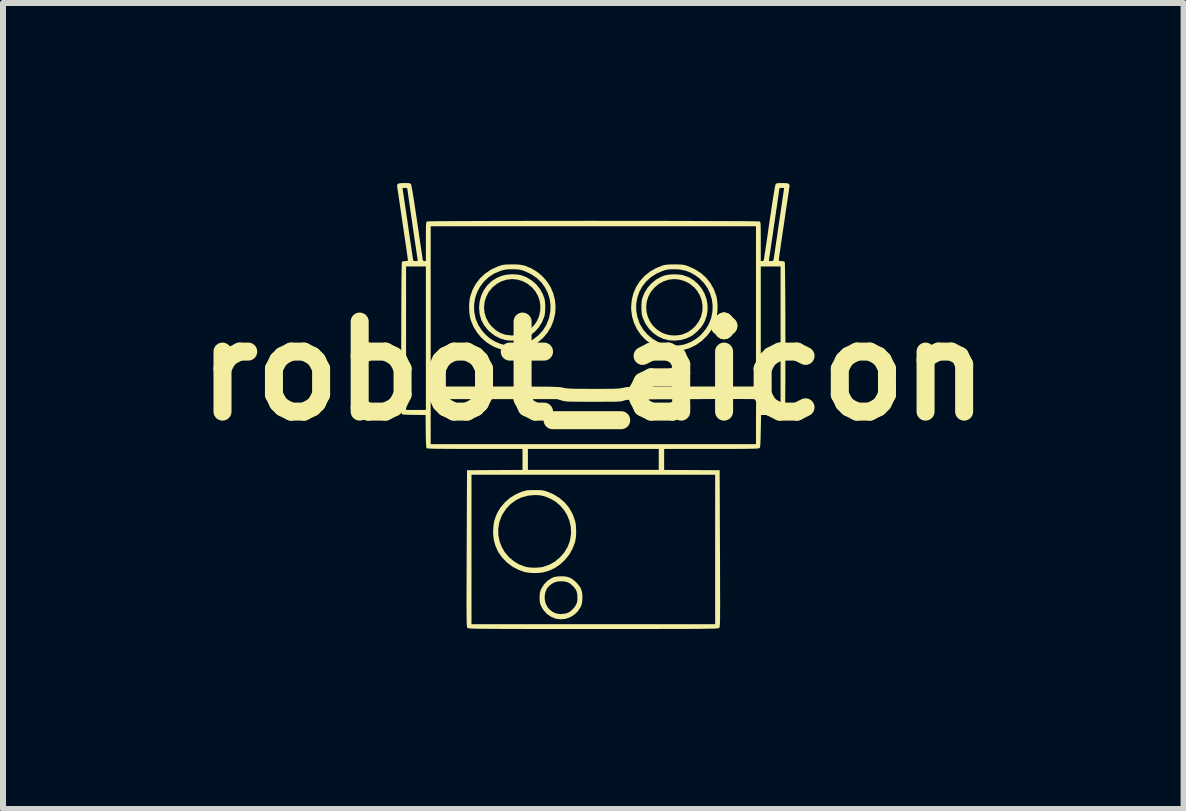
<source format=kicad_pcb>
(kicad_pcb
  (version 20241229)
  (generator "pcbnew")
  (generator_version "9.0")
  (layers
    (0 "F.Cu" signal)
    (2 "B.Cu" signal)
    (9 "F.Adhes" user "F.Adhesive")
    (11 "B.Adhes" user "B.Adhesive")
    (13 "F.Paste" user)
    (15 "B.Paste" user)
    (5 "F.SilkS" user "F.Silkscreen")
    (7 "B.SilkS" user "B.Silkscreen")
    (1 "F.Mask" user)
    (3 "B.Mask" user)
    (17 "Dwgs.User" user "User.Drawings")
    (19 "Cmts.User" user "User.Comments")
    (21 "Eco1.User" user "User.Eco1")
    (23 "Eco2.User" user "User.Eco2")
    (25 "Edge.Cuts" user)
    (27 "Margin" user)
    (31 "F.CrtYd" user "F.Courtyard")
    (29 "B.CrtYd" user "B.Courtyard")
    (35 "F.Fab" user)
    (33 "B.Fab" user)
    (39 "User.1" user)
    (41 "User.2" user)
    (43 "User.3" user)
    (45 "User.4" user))
  (footprint "robot_aicon"
    (layer "F.Cu")
    (at 6.836 3.13)
    (property "Reference" "robot_aicon" (at 0 0 0) (layer "F.SilkS") (effects (font (size 1.5 1.5) (thickness 0.3))))
    (attr board_only exclude_from_pos_files exclude_from_bom)
    (fp_poly (pts (xy -0.481 3.423) (xy -0.419 3.435) (xy -0.364 3.459) (xy -0.312 3.498) (xy -0.284 3.524) (xy -0.237 3.578) (xy -0.205 3.631) (xy -0.188 3.688) (xy -0.181 3.755) (xy -0.182 3.795) (xy -0.186 3.845) (xy -0.192 3.882) (xy -0.202 3.914) (xy -0.214 3.938) (xy -0.259 4.007) (xy -0.317 4.062) (xy -0.385 4.104) (xy -0.46 4.13) (xy -0.538 4.139) (xy -0.616 4.131) (xy -0.631 4.127) (xy -0.708 4.095) (xy -0.777 4.046) (xy -0.833 3.983) (xy -0.869 3.921) (xy -0.882 3.89) (xy -0.89 3.86) (xy -0.894 3.826) (xy -0.895 3.78) (xy -0.895 3.775) (xy -0.894 3.744) (xy -0.81 3.744) (xy -0.809 3.81) (xy -0.794 3.875) (xy -0.764 3.935) (xy -0.737 3.968) (xy -0.681 4.014) (xy -0.619 4.042) (xy -0.549 4.052) (xy -0.47 4.044) (xy -0.448 4.039) (xy -0.399 4.018) (xy -0.352 3.981) (xy -0.311 3.934) (xy -0.296 3.91) (xy -0.28 3.879) (xy -0.271 3.852) (xy -0.266 3.822) (xy -0.265 3.781) (xy -0.265 3.775) (xy -0.268 3.718) (xy -0.279 3.673) (xy -0.299 3.634) (xy -0.333 3.592) (xy -0.339 3.587) (xy -0.382 3.547) (xy -0.426 3.522) (xy -0.477 3.509) (xy -0.535 3.505) (xy -0.597 3.509) (xy -0.647 3.523) (xy -0.694 3.549) (xy -0.728 3.575) (xy -0.77 3.622) (xy -0.797 3.68) (xy -0.81 3.744) (xy -0.894 3.744) (xy -0.894 3.728) (xy -0.89 3.693) (xy -0.882 3.664) (xy -0.869 3.633) (xy -0.865 3.626) (xy -0.821 3.555) (xy -0.761 3.495) (xy -0.698 3.454) (xy -0.666 3.439) (xy -0.634 3.43) (xy -0.594 3.425) (xy -0.555 3.422)) (stroke (width 0) (type solid)) (fill yes) (layer "F.SilkS"))
    (fp_poly (pts (xy 1.405 -1.608) (xy 1.47 -1.6) (xy 1.495 -1.595) (xy 1.589 -1.561) (xy 1.672 -1.511) (xy 1.744 -1.448) (xy 1.804 -1.375) (xy 1.851 -1.293) (xy 1.884 -1.204) (xy 1.902 -1.112) (xy 1.904 -1.017) (xy 1.89 -0.922) (xy 1.858 -0.83) (xy 1.821 -0.761) (xy 1.787 -0.716) (xy 1.742 -0.668) (xy 1.693 -0.623) (xy 1.645 -0.587) (xy 1.63 -0.578) (xy 1.548 -0.54) (xy 1.456 -0.515) (xy 1.36 -0.505) (xy 1.268 -0.509) (xy 1.259 -0.51) (xy 1.163 -0.535) (xy 1.073 -0.578) (xy 0.992 -0.636) (xy 0.922 -0.708) (xy 0.865 -0.793) (xy 0.823 -0.888) (xy 0.816 -0.909) (xy 0.806 -0.959) (xy 0.801 -1.022) (xy 0.801 -1.067) (xy 0.881 -1.067) (xy 0.887 -0.982) (xy 0.909 -0.899) (xy 0.945 -0.821) (xy 0.996 -0.75) (xy 1.061 -0.689) (xy 1.139 -0.639) (xy 1.199 -0.614) (xy 1.276 -0.595) (xy 1.36 -0.59) (xy 1.443 -0.598) (xy 1.489 -0.609) (xy 1.575 -0.646) (xy 1.653 -0.701) (xy 1.699 -0.746) (xy 1.756 -0.822) (xy 1.795 -0.904) (xy 1.816 -0.992) (xy 1.82 -1.081) (xy 1.807 -1.169) (xy 1.777 -1.255) (xy 1.729 -1.335) (xy 1.681 -1.391) (xy 1.607 -1.452) (xy 1.525 -1.495) (xy 1.439 -1.521) (xy 1.35 -1.53) (xy 1.261 -1.521) (xy 1.175 -1.494) (xy 1.094 -1.451) (xy 1.02 -1.39) (xy 0.959 -1.317) (xy 0.916 -1.237) (xy 0.89 -1.153) (xy 0.881 -1.067) (xy 0.801 -1.067) (xy 0.801 -1.088) (xy 0.805 -1.151) (xy 0.814 -1.204) (xy 0.816 -1.211) (xy 0.853 -1.303) (xy 0.906 -1.388) (xy 0.973 -1.463) (xy 1.051 -1.525) (xy 1.137 -1.571) (xy 1.205 -1.595) (xy 1.264 -1.605) (xy 1.334 -1.609)) (stroke (width 0) (type solid)) (fill yes) (layer "F.SilkS"))
    (fp_poly (pts (xy -1.301 -1.608) (xy -1.251 -1.603) (xy -1.21 -1.596) (xy -1.205 -1.595) (xy -1.114 -1.561) (xy -1.03 -1.51) (xy -0.954 -1.445) (xy -0.891 -1.367) (xy -0.842 -1.28) (xy -0.816 -1.211) (xy -0.806 -1.16) (xy -0.801 -1.098) (xy -0.801 -1.032) (xy -0.805 -0.968) (xy -0.814 -0.916) (xy -0.816 -0.909) (xy -0.855 -0.811) (xy -0.91 -0.724) (xy -0.979 -0.648) (xy -1.059 -0.586) (xy -1.151 -0.54) (xy -1.175 -0.532) (xy -1.234 -0.517) (xy -1.302 -0.508) (xy -1.372 -0.505) (xy -1.434 -0.509) (xy -1.447 -0.511) (xy -1.546 -0.538) (xy -1.638 -0.584) (xy -1.722 -0.648) (xy -1.756 -0.681) (xy -1.82 -0.761) (xy -1.865 -0.846) (xy -1.893 -0.938) (xy -1.903 -1.039) (xy -1.904 -1.05) (xy -1.903 -1.06) (xy -1.821 -1.06) (xy -1.813 -0.971) (xy -1.787 -0.885) (xy -1.744 -0.803) (xy -1.699 -0.746) (xy -1.628 -0.68) (xy -1.55 -0.632) (xy -1.465 -0.603) (xy -1.371 -0.591) (xy -1.352 -0.591) (xy -1.282 -0.594) (xy -1.222 -0.606) (xy -1.207 -0.611) (xy -1.12 -0.65) (xy -1.045 -0.702) (xy -0.984 -0.765) (xy -0.936 -0.837) (xy -0.903 -0.917) (xy -0.885 -1) (xy -0.882 -1.086) (xy -0.895 -1.171) (xy -0.924 -1.254) (xy -0.971 -1.333) (xy -1.02 -1.39) (xy -1.094 -1.451) (xy -1.176 -1.495) (xy -1.262 -1.521) (xy -1.351 -1.53) (xy -1.44 -1.521) (xy -1.526 -1.495) (xy -1.607 -1.451) (xy -1.681 -1.391) (xy -1.742 -1.317) (xy -1.785 -1.235) (xy -1.812 -1.149) (xy -1.821 -1.06) (xy -1.903 -1.06) (xy -1.895 -1.155) (xy -1.868 -1.254) (xy -1.825 -1.345) (xy -1.766 -1.427) (xy -1.693 -1.496) (xy -1.614 -1.547) (xy -1.531 -1.583) (xy -1.443 -1.604) (xy -1.35 -1.61)) (stroke (width 0) (type solid)) (fill yes) (layer "F.SilkS"))
    (fp_poly (pts (xy -0.916 1.986) (xy -0.872 1.988) (xy -0.836 1.992) (xy -0.804 2) (xy -0.776 2.008) (xy -0.663 2.056) (xy -0.562 2.118) (xy -0.475 2.194) (xy -0.402 2.283) (xy -0.345 2.384) (xy -0.305 2.495) (xy -0.303 2.5) (xy -0.292 2.559) (xy -0.287 2.631) (xy -0.286 2.706) (xy -0.291 2.778) (xy -0.302 2.84) (xy -0.304 2.85) (xy -0.343 2.956) (xy -0.397 3.055) (xy -0.467 3.143) (xy -0.548 3.22) (xy -0.639 3.283) (xy -0.739 3.33) (xy -0.826 3.355) (xy -0.905 3.366) (xy -0.99 3.369) (xy -1.075 3.363) (xy -1.148 3.35) (xy -1.251 3.313) (xy -1.349 3.261) (xy -1.437 3.194) (xy -1.514 3.116) (xy -1.577 3.029) (xy -1.598 2.99) (xy -1.633 2.908) (xy -1.656 2.829) (xy -1.667 2.746) (xy -1.67 2.675) (xy -1.667 2.628) (xy -1.584 2.628) (xy -1.583 2.733) (xy -1.562 2.838) (xy -1.53 2.925) (xy -1.478 3.017) (xy -1.41 3.099) (xy -1.329 3.168) (xy -1.237 3.224) (xy -1.137 3.262) (xy -1.128 3.264) (xy -1.076 3.274) (xy -1.013 3.278) (xy -0.946 3.278) (xy -0.883 3.273) (xy -0.835 3.265) (xy -0.733 3.229) (xy -0.64 3.177) (xy -0.558 3.109) (xy -0.488 3.03) (xy -0.432 2.939) (xy -0.393 2.84) (xy -0.386 2.81) (xy -0.371 2.706) (xy -0.375 2.603) (xy -0.397 2.502) (xy -0.435 2.407) (xy -0.488 2.319) (xy -0.555 2.241) (xy -0.635 2.175) (xy -0.711 2.132) (xy -0.777 2.103) (xy -0.835 2.084) (xy -0.892 2.073) (xy -0.955 2.069) (xy -0.98 2.069) (xy -1.089 2.079) (xy -1.193 2.107) (xy -1.288 2.153) (xy -1.374 2.215) (xy -1.448 2.292) (xy -1.51 2.384) (xy -1.532 2.426) (xy -1.567 2.524) (xy -1.584 2.628) (xy -1.667 2.628) (xy -1.665 2.583) (xy -1.651 2.501) (xy -1.625 2.422) (xy -1.599 2.363) (xy -1.542 2.269) (xy -1.468 2.184) (xy -1.382 2.111) (xy -1.286 2.053) (xy -1.194 2.014) (xy -1.154 2.002) (xy -1.12 1.993) (xy -1.086 1.988) (xy -1.046 1.986) (xy -0.994 1.985) (xy -0.975 1.985)) (stroke (width 0) (type solid)) (fill yes) (layer "F.SilkS"))
    (fp_poly (pts (xy 1.413 -1.774) (xy 1.457 -1.772) (xy 1.491 -1.769) (xy 1.521 -1.763) (xy 1.552 -1.754) (xy 1.575 -1.746) (xy 1.688 -1.697) (xy 1.789 -1.633) (xy 1.877 -1.555) (xy 1.95 -1.464) (xy 2.008 -1.362) (xy 2.049 -1.25) (xy 2.054 -1.229) (xy 2.065 -1.162) (xy 2.07 -1.083) (xy 2.068 -1.001) (xy 2.06 -0.924) (xy 2.05 -0.876) (xy 2.013 -0.77) (xy 1.959 -0.67) (xy 1.89 -0.58) (xy 1.808 -0.501) (xy 1.716 -0.435) (xy 1.616 -0.385) (xy 1.562 -0.366) (xy 1.531 -0.358) (xy 1.509 -0.353) (xy 1.502 -0.352) (xy 1.488 -0.351) (xy 1.47 -0.347) (xy 1.422 -0.34) (xy 1.362 -0.337) (xy 1.296 -0.339) (xy 1.274 -0.341) (xy 1.16 -0.361) (xy 1.053 -0.399) (xy 0.955 -0.453) (xy 0.867 -0.521) (xy 0.791 -0.602) (xy 0.728 -0.693) (xy 0.679 -0.795) (xy 0.646 -0.905) (xy 0.631 -1.02) (xy 0.63 -1.06) (xy 0.634 -1.113) (xy 0.715 -1.113) (xy 0.715 -1.007) (xy 0.734 -0.9) (xy 0.771 -0.793) (xy 0.781 -0.772) (xy 0.835 -0.682) (xy 0.906 -0.602) (xy 0.989 -0.534) (xy 1.084 -0.479) (xy 1.187 -0.441) (xy 1.192 -0.44) (xy 1.265 -0.426) (xy 1.346 -0.421) (xy 1.426 -0.425) (xy 1.5 -0.437) (xy 1.54 -0.448) (xy 1.624 -0.482) (xy 1.694 -0.522) (xy 1.758 -0.57) (xy 1.801 -0.61) (xy 1.872 -0.694) (xy 1.927 -0.785) (xy 1.964 -0.883) (xy 1.984 -0.984) (xy 1.988 -1.086) (xy 1.976 -1.187) (xy 1.947 -1.286) (xy 1.903 -1.379) (xy 1.842 -1.465) (xy 1.767 -1.542) (xy 1.704 -1.589) (xy 1.622 -1.637) (xy 1.54 -1.669) (xy 1.453 -1.688) (xy 1.354 -1.694) (xy 1.35 -1.694) (xy 1.295 -1.693) (xy 1.253 -1.69) (xy 1.218 -1.685) (xy 1.183 -1.675) (xy 1.155 -1.666) (xy 1.05 -1.62) (xy 0.958 -1.56) (xy 0.879 -1.488) (xy 0.814 -1.405) (xy 0.765 -1.314) (xy 0.732 -1.216) (xy 0.715 -1.113) (xy 0.634 -1.113) (xy 0.64 -1.179) (xy 0.667 -1.292) (xy 0.712 -1.397) (xy 0.774 -1.494) (xy 0.85 -1.579) (xy 0.94 -1.652) (xy 1.043 -1.712) (xy 1.156 -1.757) (xy 1.188 -1.765) (xy 1.224 -1.77) (xy 1.27 -1.773) (xy 1.329 -1.775) (xy 1.355 -1.775)) (stroke (width 0) (type solid)) (fill yes) (layer "F.SilkS"))
    (fp_poly (pts (xy -1.281 -1.774) (xy -1.22 -1.769) (xy -1.168 -1.76) (xy -1.119 -1.745) (xy -1.066 -1.723) (xy -1.035 -1.709) (xy -0.934 -1.649) (xy -0.846 -1.575) (xy -0.772 -1.49) (xy -0.712 -1.396) (xy -0.668 -1.294) (xy -0.64 -1.186) (xy -0.629 -1.075) (xy -0.635 -0.962) (xy -0.66 -0.849) (xy -0.702 -0.739) (xy -0.704 -0.735) (xy -0.764 -0.637) (xy -0.837 -0.55) (xy -0.923 -0.476) (xy -1.02 -0.417) (xy -1.123 -0.373) (xy -1.233 -0.346) (xy -1.346 -0.337) (xy -1.415 -0.341) (xy -1.48 -0.349) (xy -1.532 -0.358) (xy -1.577 -0.371) (xy -1.623 -0.389) (xy -1.675 -0.413) (xy -1.695 -0.423) (xy -1.783 -0.479) (xy -1.864 -0.551) (xy -1.935 -0.636) (xy -1.994 -0.73) (xy -2.037 -0.831) (xy -2.05 -0.876) (xy -2.063 -0.946) (xy -2.069 -1.026) (xy -2.069 -1.096) (xy -1.987 -1.096) (xy -1.984 -0.982) (xy -1.962 -0.874) (xy -1.921 -0.773) (xy -1.862 -0.68) (xy -1.801 -0.61) (xy -1.744 -0.558) (xy -1.687 -0.517) (xy -1.625 -0.483) (xy -1.549 -0.451) (xy -1.545 -0.45) (xy -1.468 -0.43) (xy -1.38 -0.421) (xy -1.29 -0.423) (xy -1.203 -0.438) (xy -1.197 -0.439) (xy -1.092 -0.476) (xy -0.997 -0.529) (xy -0.912 -0.596) (xy -0.84 -0.675) (xy -0.784 -0.765) (xy -0.781 -0.772) (xy -0.739 -0.879) (xy -0.717 -0.986) (xy -0.713 -1.093) (xy -0.727 -1.196) (xy -0.757 -1.295) (xy -0.804 -1.388) (xy -0.865 -1.473) (xy -0.941 -1.547) (xy -1.031 -1.609) (xy -1.134 -1.658) (xy -1.155 -1.666) (xy -1.195 -1.679) (xy -1.229 -1.687) (xy -1.266 -1.691) (xy -1.311 -1.693) (xy -1.35 -1.694) (xy -1.406 -1.693) (xy -1.448 -1.69) (xy -1.485 -1.684) (xy -1.522 -1.674) (xy -1.547 -1.666) (xy -1.65 -1.623) (xy -1.742 -1.563) (xy -1.821 -1.49) (xy -1.887 -1.404) (xy -1.937 -1.309) (xy -1.971 -1.206) (xy -1.987 -1.096) (xy -1.987 -1.096) (xy -2.069 -1.096) (xy -2.069 -1.107) (xy -2.062 -1.184) (xy -2.054 -1.229) (xy -2.016 -1.343) (xy -1.961 -1.447) (xy -1.89 -1.54) (xy -1.805 -1.62) (xy -1.706 -1.687) (xy -1.595 -1.739) (xy -1.575 -1.746) (xy -1.54 -1.758) (xy -1.51 -1.766) (xy -1.479 -1.77) (xy -1.442 -1.773) (xy -1.394 -1.774) (xy -1.355 -1.775)) (stroke (width 0) (type solid)) (fill yes) (layer "F.SilkS"))
    (fp_poly (pts (xy 3.202 -3.129) (xy 3.237 -3.125) (xy 3.258 -3.116) (xy 3.268 -3.101) (xy 3.269 -3.078) (xy 3.267 -3.062) (xy 3.239 -2.872) (xy 3.213 -2.701) (xy 3.191 -2.548) (xy 3.171 -2.413) (xy 3.153 -2.294) (xy 3.138 -2.191) (xy 3.125 -2.104) (xy 3.115 -2.03) (xy 3.106 -1.97) (xy 3.1 -1.924) (xy 3.095 -1.889) (xy 3.092 -1.865) (xy 3.09 -1.852) (xy 3.09 -1.849) (xy 3.093 -1.837) (xy 3.107 -1.831) (xy 3.134 -1.83) (xy 3.165 -1.827) (xy 3.186 -1.819) (xy 3.189 -1.816) (xy 3.19 -1.805) (xy 3.192 -1.775) (xy 3.193 -1.727) (xy 3.194 -1.665) (xy 3.195 -1.588) (xy 3.196 -1.498) (xy 3.197 -1.398) (xy 3.198 -1.287) (xy 3.199 -1.168) (xy 3.199 -1.043) (xy 3.2 -0.912) (xy 3.2 -0.777) (xy 3.2 -0.64) (xy 3.201 -0.501) (xy 3.201 -0.363) (xy 3.2 -0.228) (xy 3.2 -0.095) (xy 3.2 0.032) (xy 3.2 0.154) (xy 3.199 0.267) (xy 3.198 0.371) (xy 3.198 0.465) (xy 3.197 0.546) (xy 3.196 0.614) (xy 3.195 0.667) (xy 3.193 0.703) (xy 3.192 0.721) (xy 3.191 0.723) (xy 3.179 0.725) (xy 3.15 0.728) (xy 3.108 0.73) (xy 3.055 0.732) (xy 2.995 0.733) (xy 2.989 0.733) (xy 2.795 0.735) (xy 2.79 1.001) (xy 2.788 1.086) (xy 2.786 1.153) (xy 2.784 1.204) (xy 2.781 1.241) (xy 2.778 1.266) (xy 2.774 1.28) (xy 2.771 1.283) (xy 2.768 1.287) (xy 2.761 1.289) (xy 2.75 1.291) (xy 2.733 1.293) (xy 2.709 1.295) (xy 2.677 1.296) (xy 2.635 1.297) (xy 2.583 1.298) (xy 2.518 1.299) (xy 2.44 1.299) (xy 2.347 1.3) (xy 2.238 1.3) (xy 2.112 1.3) (xy 1.969 1.3) (xy 1.18 1.3) (xy 1.18 1.475) (xy 1.18 1.65) (xy 1.643 1.652) (xy 2.105 1.655) (xy 2.11 2.96) (xy 2.111 3.148) (xy 2.111 3.317) (xy 2.112 3.469) (xy 2.112 3.603) (xy 2.112 3.721) (xy 2.113 3.825) (xy 2.113 3.915) (xy 2.112 3.991) (xy 2.112 4.056) (xy 2.112 4.111) (xy 2.111 4.155) (xy 2.11 4.191) (xy 2.109 4.219) (xy 2.107 4.24) (xy 2.106 4.256) (xy 2.104 4.267) (xy 2.102 4.274) (xy 2.099 4.279) (xy 2.097 4.282) (xy 2.096 4.282) (xy 2.093 4.285) (xy 2.089 4.286) (xy 2.081 4.288) (xy 2.071 4.29) (xy 2.055 4.291) (xy 2.035 4.292) (xy 2.009 4.294) (xy 1.977 4.295) (xy 1.936 4.295) (xy 1.888 4.296) (xy 1.83 4.297) (xy 1.763 4.298) (xy 1.685 4.298) (xy 1.595 4.299) (xy 1.493 4.299) (xy 1.378 4.299) (xy 1.249 4.299) (xy 1.106 4.3) (xy 0.947 4.3) (xy 0.771 4.3) (xy 0.579 4.3) (xy 0.368 4.3) (xy 0.139 4.3) (xy -0.000001 4.3) (xy -0.24 4.3) (xy -0.461 4.3) (xy -0.664 4.3) (xy -0.849 4.3) (xy -1.017 4.3) (xy -1.17 4.3) (xy -1.307 4.299) (xy -1.43 4.299) (xy -1.539 4.299) (xy -1.636 4.298) (xy -1.72 4.298) (xy -1.793 4.297) (xy -1.857 4.297) (xy -1.91 4.296) (xy -1.955 4.295) (xy -1.992 4.294) (xy -2.021 4.293) (xy -2.045 4.292) (xy -2.063 4.29) (xy -2.076 4.289) (xy -2.085 4.287) (xy -2.091 4.286) (xy -2.095 4.284) (xy -2.096 4.282) (xy -2.099 4.279) (xy -2.101 4.275) (xy -2.104 4.268) (xy -2.105 4.258) (xy -2.107 4.243) (xy -2.109 4.222) (xy -2.11 4.195) (xy -2.111 4.161) (xy -2.111 4.117) (xy -2.112 4.064) (xy -2.112 4.001) (xy -2.113 3.926) (xy -2.113 3.838) (xy -2.113 3.736) (xy -2.112 3.62) (xy -2.112 3.488) (xy -2.111 3.339) (xy -2.111 3.172) (xy -2.11 2.987) (xy -2.11 2.96) (xy -2.105 1.73) (xy -2.03 1.73) (xy -2.03 2.975) (xy -2.03 4.22) (xy 0 4.22) (xy 2.03 4.22) (xy 2.03 2.975) (xy 2.03 1.73) (xy 0 1.73) (xy -2.03 1.73) (xy -2.105 1.73) (xy -2.105 1.655) (xy -1.643 1.652) (xy -1.18 1.65) (xy -1.18 1.475) (xy -1.18 1.3) (xy -1.09 1.3) (xy -1.09 1.474) (xy -1.09 1.649) (xy 0 1.649) (xy 1.09 1.649) (xy 1.09 1.474) (xy 1.09 1.3) (xy 0 1.3) (xy -1.09 1.3) (xy -1.18 1.3) (xy -1.974 1.3) (xy -2.123 1.3) (xy -2.253 1.3) (xy -2.365 1.299) (xy -2.461 1.299) (xy -2.542 1.298) (xy -2.608 1.298) (xy -2.662 1.297) (xy -2.704 1.295) (xy -2.735 1.294) (xy -2.757 1.292) (xy -2.771 1.29) (xy -2.778 1.287) (xy -2.779 1.287) (xy -2.783 1.272) (xy -2.786 1.237) (xy -2.787 1.22) (xy -2.71 1.22) (xy 0 1.22) (xy 2.71 1.22) (xy 2.71 0.856) (xy 2.71 0.772) (xy 2.711 0.694) (xy 2.711 0.625) (xy 2.712 0.566) (xy 2.713 0.521) (xy 2.714 0.491) (xy 2.715 0.478) (xy 2.713 0.476) (xy 2.705 0.474) (xy 2.69 0.473) (xy 2.666 0.471) (xy 2.633 0.47) (xy 2.59 0.469) (xy 2.536 0.469) (xy 2.469 0.468) (xy 2.389 0.468) (xy 2.294 0.468) (xy 2.185 0.468) (xy 2.059 0.468) (xy 1.915 0.469) (xy 1.754 0.47) (xy 1.643 0.47) (xy 1.472 0.471) (xy 1.321 0.472) (xy 1.187 0.473) (xy 1.07 0.473) (xy 0.968 0.474) (xy 0.88 0.475) (xy 0.805 0.476) (xy 0.742 0.477) (xy 0.689 0.478) (xy 0.646 0.479) (xy 0.612 0.481) (xy 0.584 0.482) (xy 0.563 0.484) (xy 0.546 0.486) (xy 0.533 0.489) (xy 0.522 0.491) (xy 0.513 0.494) (xy 0.51 0.495) (xy 0.496 0.5) (xy 0.481 0.504) (xy 0.463 0.507) (xy 0.441 0.509) (xy 0.411 0.511) (xy 0.373 0.513) (xy 0.325 0.514) (xy 0.264 0.514) (xy 0.188 0.514) (xy 0.096 0.515) (xy 0 0.515) (xy -0.108 0.515) (xy -0.197 0.514) (xy -0.271 0.514) (xy -0.33 0.513) (xy -0.378 0.512) (xy -0.416 0.511) (xy -0.445 0.509) (xy -0.469 0.506) (xy -0.489 0.503) (xy -0.507 0.499) (xy -0.525 0.494) (xy -0.53 0.492) (xy -0.605 0.47) (xy -1.657 0.47) (xy -2.71 0.47) (xy -2.71 0.845) (xy -2.71 1.22) (xy -2.787 1.22) (xy -2.789 1.182) (xy -2.791 1.108) (xy -2.792 1.015) (xy -2.792 1.004) (xy -2.795 0.735) (xy -2.989 0.733) (xy -3.049 0.732) (xy -3.103 0.73) (xy -3.147 0.728) (xy -3.177 0.726) (xy -3.191 0.723) (xy -3.191 0.723) (xy -3.193 0.711) (xy -3.194 0.682) (xy -3.195 0.635) (xy -3.196 0.572) (xy -3.197 0.496) (xy -3.198 0.406) (xy -3.199 0.306) (xy -3.199 0.195) (xy -3.2 0.077) (xy -3.2 -0.049) (xy -3.2 -0.18) (xy -3.201 -0.315) (xy -3.201 -0.452) (xy -3.2 -0.59) (xy -3.2 -0.728) (xy -3.2 -0.864) (xy -3.199 -0.996) (xy -3.199 -1.124) (xy -3.198 -1.245) (xy -3.198 -1.359) (xy -3.197 -1.463) (xy -3.196 -1.557) (xy -3.195 -1.639) (xy -3.194 -1.707) (xy -3.193 -1.74) (xy -3.12 -1.74) (xy -3.12 -0.545) (xy -3.12 0.65) (xy -2.955 0.65) (xy -2.79 0.65) (xy -2.79 -0.545) (xy -2.79 -1.74) (xy -2.955 -1.74) (xy -3.12 -1.74) (xy -3.193 -1.74) (xy -3.192 -1.76) (xy -3.191 -1.796) (xy -3.19 -1.814) (xy -3.189 -1.816) (xy -3.172 -1.825) (xy -3.143 -1.83) (xy -3.134 -1.83) (xy -3.106 -1.831) (xy -3.093 -1.837) (xy -3.09 -1.849) (xy -3.091 -1.858) (xy -3.093 -1.876) (xy -3.097 -1.905) (xy -3.103 -1.946) (xy -3.11 -2) (xy -3.12 -2.066) (xy -3.132 -2.147) (xy -3.146 -2.242) (xy -3.162 -2.353) (xy -3.181 -2.481) (xy -3.202 -2.625) (xy -3.226 -2.787) (xy -3.253 -2.968) (xy -3.262 -3.029) (xy -3.177 -3.029) (xy -3.175 -3.018) (xy -3.173 -3.002) (xy -3.168 -2.968) (xy -3.16 -2.918) (xy -3.151 -2.855) (xy -3.14 -2.779) (xy -3.127 -2.693) (xy -3.113 -2.599) (xy -3.098 -2.499) (xy -3.09 -2.44) (xy -3.075 -2.337) (xy -3.061 -2.239) (xy -3.047 -2.148) (xy -3.035 -2.067) (xy -3.025 -1.996) (xy -3.016 -1.938) (xy -3.01 -1.895) (xy -3.006 -1.869) (xy -3.005 -1.863) (xy -2.999 -1.841) (xy -2.988 -1.832) (xy -2.965 -1.83) (xy -2.96 -1.83) (xy -2.935 -1.832) (xy -2.926 -1.838) (xy -2.926 -1.847) (xy -2.928 -1.861) (xy -2.933 -1.891) (xy -2.94 -1.937) (xy -2.949 -1.996) (xy -2.959 -2.067) (xy -2.971 -2.146) (xy -2.983 -2.233) (xy -2.997 -2.324) (xy -3.011 -2.418) (xy -3.024 -2.512) (xy -3.038 -2.605) (xy -3.051 -2.694) (xy -3.063 -2.778) (xy -3.074 -2.854) (xy -3.083 -2.919) (xy -3.091 -2.973) (xy -3.096 -3.012) (xy -3.099 -3.035) (xy -3.1 -3.04) (xy -3.109 -3.046) (xy -3.131 -3.05) (xy -3.14 -3.05) (xy -3.166 -3.049) (xy -3.177 -3.044) (xy -3.177 -3.029) (xy -3.262 -3.029) (xy -3.267 -3.062) (xy -3.269 -3.09) (xy -3.264 -3.109) (xy -3.249 -3.121) (xy -3.221 -3.127) (xy -3.178 -3.13) (xy -3.149 -3.13) (xy -3.103 -3.13) (xy -3.074 -3.128) (xy -3.055 -3.124) (xy -3.044 -3.118) (xy -3.036 -3.107) (xy -3.032 -3.093) (xy -3.026 -3.061) (xy -3.017 -3.011) (xy -3.006 -2.946) (xy -2.993 -2.866) (xy -2.978 -2.774) (xy -2.963 -2.671) (xy -2.946 -2.558) (xy -2.935 -2.485) (xy -2.919 -2.377) (xy -2.905 -2.274) (xy -2.891 -2.179) (xy -2.878 -2.093) (xy -2.867 -2.017) (xy -2.857 -1.954) (xy -2.85 -1.905) (xy -2.845 -1.872) (xy -2.843 -1.858) (xy -2.843 -1.857) (xy -2.834 -1.836) (xy -2.816 -1.83) (xy -2.814 -1.83) (xy -2.79 -1.83) (xy -2.79 -2.155) (xy -2.79 -2.244) (xy -2.79 -2.315) (xy -2.789 -2.371) (xy -2.788 -2.41) (xy -2.71 -2.41) (xy -2.71 -1.075) (xy -2.71 0.26) (xy -1.647 0.261) (xy -1.478 0.261) (xy -1.327 0.261) (xy -1.194 0.261) (xy -1.077 0.261) (xy -0.976 0.262) (xy -0.888 0.262) (xy -0.813 0.263) (xy -0.75 0.263) (xy -0.697 0.264) (xy -0.653 0.266) (xy -0.617 0.267) (xy -0.588 0.269) (xy -0.564 0.27) (xy -0.545 0.272) (xy -0.529 0.275) (xy -0.514 0.278) (xy -0.505 0.28) (xy -0.483 0.284) (xy -0.46 0.288) (xy -0.434 0.291) (xy -0.402 0.294) (xy -0.362 0.295) (xy -0.312 0.297) (xy -0.251 0.298) (xy -0.175 0.298) (xy -0.083 0.299) (xy -0.005 0.299) (xy 0.099 0.299) (xy 0.186 0.299) (xy 0.257 0.298) (xy 0.315 0.298) (xy 0.361 0.296) (xy 0.399 0.295) (xy 0.429 0.292) (xy 0.455 0.289) (xy 0.479 0.285) (xy 0.503 0.28) (xy 0.504 0.28) (xy 0.519 0.277) (xy 0.535 0.274) (xy 0.551 0.271) (xy 0.571 0.269) (xy 0.595 0.267) (xy 0.624 0.266) (xy 0.659 0.264) (xy 0.702 0.263) (xy 0.754 0.262) (xy 0.816 0.262) (xy 0.889 0.261) (xy 0.975 0.261) (xy 1.075 0.26) (xy 1.19 0.26) (xy 1.321 0.26) (xy 1.469 0.26) (xy 1.637 0.26) (xy 1.652 0.26) (xy 2.71 0.26) (xy 2.71 -1.075) (xy 2.71 -1.74) (xy 2.79 -1.74) (xy 2.79 -0.545) (xy 2.79 0.65) (xy 2.955 0.65) (xy 3.12 0.65) (xy 3.12 -0.545) (xy 3.12 -1.74) (xy 2.955 -1.74) (xy 2.79 -1.74) (xy 2.71 -1.74) (xy 2.71 -2.41) (xy 0 -2.41) (xy -2.71 -2.41) (xy -2.788 -2.41) (xy -2.788 -2.412) (xy -2.787 -2.442) (xy -2.785 -2.463) (xy -2.782 -2.476) (xy -2.778 -2.484) (xy -2.773 -2.488) (xy -2.771 -2.49) (xy -2.759 -2.491) (xy -2.728 -2.492) (xy -2.679 -2.493) (xy -2.613 -2.494) (xy -2.531 -2.494) (xy -2.434 -2.495) (xy -2.323 -2.496) (xy -2.199 -2.497) (xy -2.063 -2.497) (xy -1.915 -2.498) (xy -1.758 -2.498) (xy -1.591 -2.499) (xy -1.416 -2.499) (xy -1.235 -2.499) (xy -1.047 -2.5) (xy -0.853 -2.5) (xy -0.656 -2.5) (xy -0.455 -2.5) (xy -0.252 -2.5) (xy -0.048 -2.501) (xy 0.156 -2.5) (xy 0.36 -2.5) (xy 0.561 -2.5) (xy 0.76 -2.5) (xy 0.956 -2.5) (xy 1.146 -2.5) (xy 1.331 -2.499) (xy 1.51 -2.499) (xy 1.68 -2.498) (xy 1.842 -2.498) (xy 1.994 -2.497) (xy 2.136 -2.497) (xy 2.266 -2.496) (xy 2.383 -2.495) (xy 2.487 -2.495) (xy 2.576 -2.494) (xy 2.65 -2.493) (xy 2.707 -2.492) (xy 2.747 -2.491) (xy 2.767 -2.49) (xy 2.771 -2.49) (xy 2.776 -2.486) (xy 2.78 -2.48) (xy 2.784 -2.469) (xy 2.786 -2.452) (xy 2.788 -2.427) (xy 2.789 -2.39) (xy 2.79 -2.341) (xy 2.79 -2.277) (xy 2.79 -2.195) (xy 2.79 -2.155) (xy 2.79 -1.83) (xy 2.814 -1.83) (xy 2.833 -1.835) (xy 2.839 -1.847) (xy 2.926 -1.847) (xy 2.927 -1.836) (xy 2.94 -1.831) (xy 2.96 -1.83) (xy 2.986 -1.832) (xy 2.998 -1.84) (xy 3.004 -1.859) (xy 3.005 -1.863) (xy 3.007 -1.878) (xy 3.012 -1.912) (xy 3.02 -1.962) (xy 3.029 -2.025) (xy 3.04 -2.101) (xy 3.053 -2.187) (xy 3.067 -2.281) (xy 3.081 -2.381) (xy 3.09 -2.44) (xy 3.105 -2.543) (xy 3.119 -2.641) (xy 3.133 -2.732) (xy 3.145 -2.813) (xy 3.155 -2.884) (xy 3.164 -2.942) (xy 3.17 -2.985) (xy 3.174 -3.011) (xy 3.175 -3.018) (xy 3.178 -3.038) (xy 3.173 -3.047) (xy 3.154 -3.05) (xy 3.14 -3.05) (xy 3.115 -3.048) (xy 3.101 -3.043) (xy 3.1 -3.04) (xy 3.099 -3.029) (xy 3.095 -2.999) (xy 3.088 -2.955) (xy 3.08 -2.896) (xy 3.07 -2.827) (xy 3.059 -2.748) (xy 3.046 -2.662) (xy 3.033 -2.571) (xy 3.019 -2.477) (xy 3.005 -2.383) (xy 2.992 -2.29) (xy 2.979 -2.2) (xy 2.966 -2.116) (xy 2.955 -2.04) (xy 2.945 -1.973) (xy 2.937 -1.919) (xy 2.931 -1.878) (xy 2.927 -1.854) (xy 2.926 -1.847) (xy 2.839 -1.847) (xy 2.842 -1.855) (xy 2.843 -1.857) (xy 2.845 -1.872) (xy 2.85 -1.905) (xy 2.857 -1.954) (xy 2.867 -2.017) (xy 2.878 -2.092) (xy 2.891 -2.179) (xy 2.905 -2.274) (xy 2.919 -2.377) (xy 2.935 -2.485) (xy 2.935 -2.485) (xy 2.953 -2.604) (xy 2.969 -2.713) (xy 2.984 -2.812) (xy 2.998 -2.899) (xy 3.01 -2.973) (xy 3.02 -3.033) (xy 3.028 -3.076) (xy 3.034 -3.101) (xy 3.036 -3.107) (xy 3.044 -3.118) (xy 3.055 -3.124) (xy 3.074 -3.128) (xy 3.104 -3.13) (xy 3.149 -3.13)) (stroke (width 0) (type solid)) (fill yes) (layer "F.SilkS")))
  (gr_rect
    (start -3 -3)
    (end 16.671 10.43)
    (stroke (width 0.1) (type default))
    (fill no)
    (layer "Edge.Cuts")))
</source>
